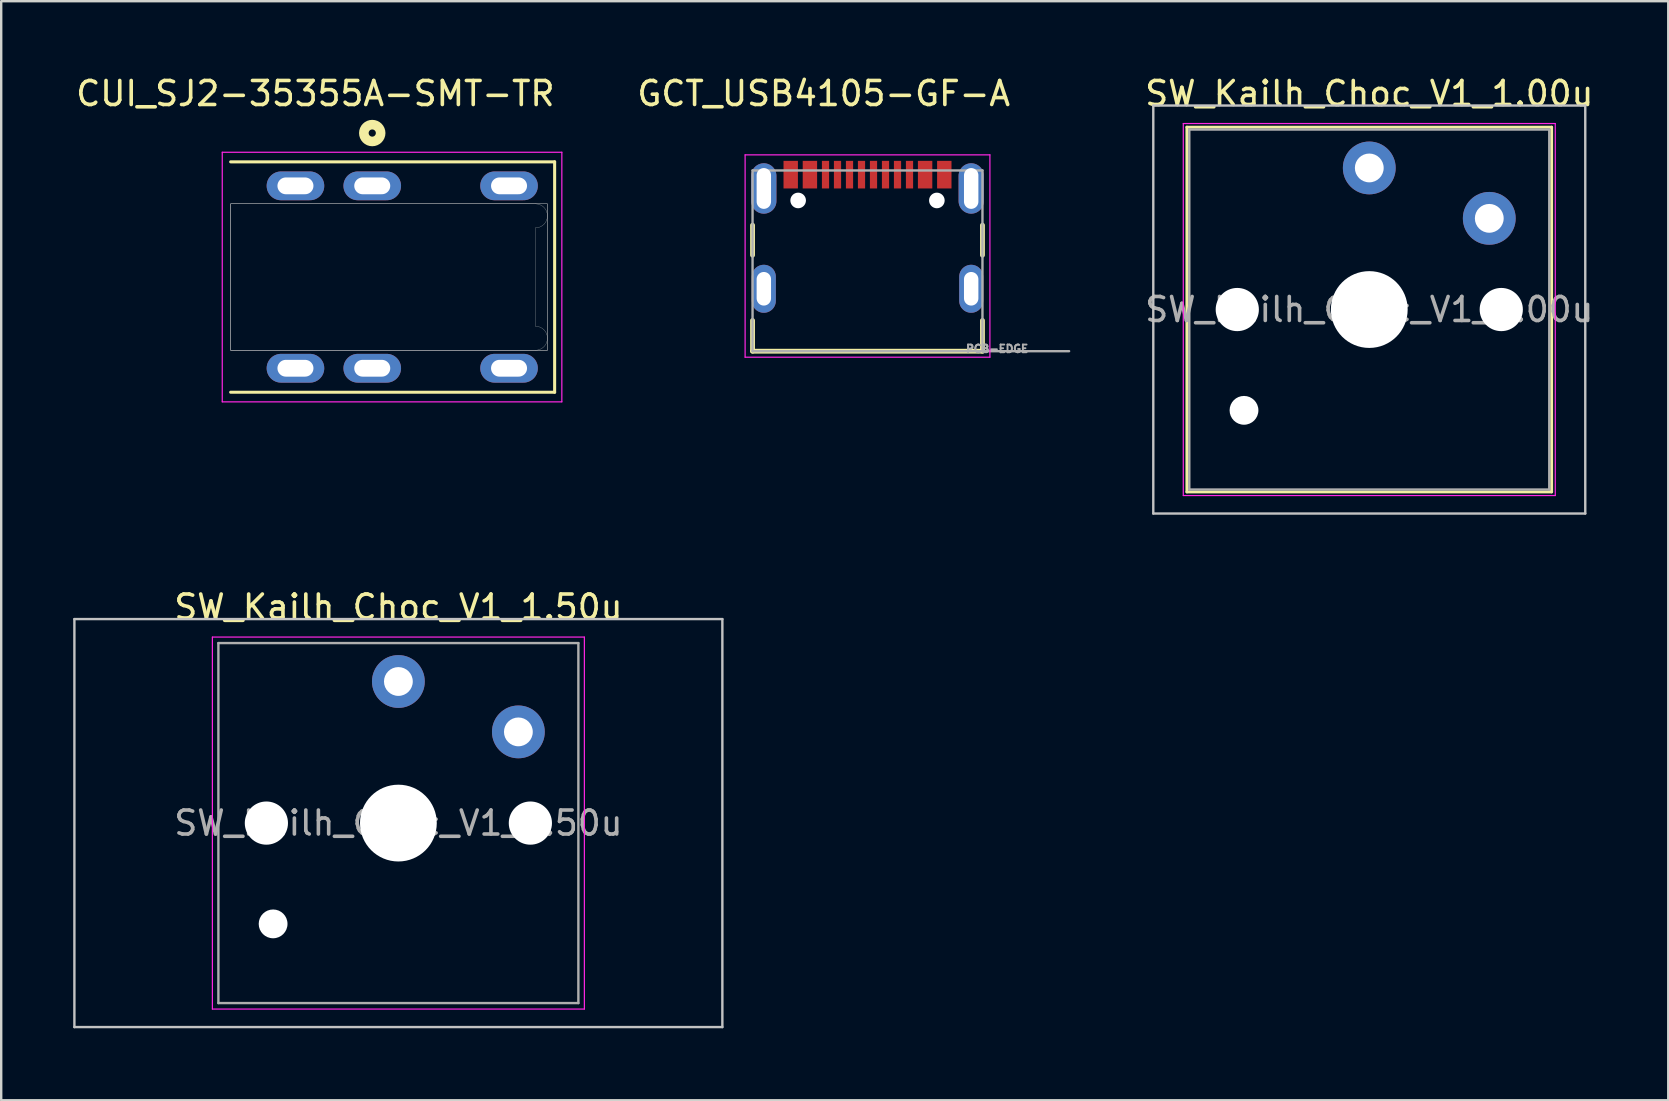
<source format=kicad_pcb>
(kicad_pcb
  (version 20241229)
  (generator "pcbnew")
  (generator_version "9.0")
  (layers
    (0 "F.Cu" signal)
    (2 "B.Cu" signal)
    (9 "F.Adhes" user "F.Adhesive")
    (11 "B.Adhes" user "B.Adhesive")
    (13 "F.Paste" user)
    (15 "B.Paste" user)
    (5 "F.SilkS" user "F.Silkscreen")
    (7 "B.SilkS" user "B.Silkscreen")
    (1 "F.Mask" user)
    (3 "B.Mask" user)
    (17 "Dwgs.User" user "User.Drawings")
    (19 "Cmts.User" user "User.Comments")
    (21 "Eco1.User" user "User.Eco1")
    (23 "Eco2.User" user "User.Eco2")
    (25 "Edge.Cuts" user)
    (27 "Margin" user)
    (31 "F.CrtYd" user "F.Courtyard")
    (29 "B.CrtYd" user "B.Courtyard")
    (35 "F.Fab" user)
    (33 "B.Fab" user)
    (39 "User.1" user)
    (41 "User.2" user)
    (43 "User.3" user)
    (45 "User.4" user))
  (footprint "GCT_USB4105-GF-A"
    (layer "F.Cu")
    (at 33.098 8.983)
    (property "Reference" "GCT_USB4105-GF-A" (at -1.825 -8.135 0) (layer "F.SilkS") (effects (font (size 1 1) (thickness 0.15))))
    (attr through_hole)
    (fp_line (start -4.79 -2.65) (end -4.79 -1.4) (stroke (width 0.2) (type solid)) (layer "F.SilkS"))
    (fp_line (start -4.79 1.32) (end -4.79 2.6) (stroke (width 0.2) (type solid)) (layer "F.SilkS"))
    (fp_line (start -4.79 2.6) (end 4.79 2.6) (stroke (width 0.2) (type solid)) (layer "F.SilkS"))
    (fp_line (start 4.79 -2.65) (end 4.79 -1.4) (stroke (width 0.2) (type solid)) (layer "F.SilkS"))
    (fp_line (start 4.79 2.6) (end 4.79 1.32) (stroke (width 0.2) (type solid)) (layer "F.SilkS"))
    (fp_line (start -5.1 -5.58) (end -5.1 2.85) (stroke (width 0.05) (type solid)) (layer "F.CrtYd"))
    (fp_line (start -5.1 2.85) (end 5.1 2.85) (stroke (width 0.05) (type solid)) (layer "F.CrtYd"))
    (fp_line (start 5.1 -5.58) (end -5.1 -5.58) (stroke (width 0.05) (type solid)) (layer "F.CrtYd"))
    (fp_line (start 5.1 2.85) (end 5.1 -5.58) (stroke (width 0.05) (type solid)) (layer "F.CrtYd"))
    (fp_line (start -4.79 -4.93) (end 4.79 -4.93) (stroke (width 0.1) (type solid)) (layer "F.Fab"))
    (fp_line (start -4.79 2.6) (end -4.79 -4.93) (stroke (width 0.1) (type solid)) (layer "F.Fab"))
    (fp_line (start 4.79 -4.93) (end 4.79 2.6) (stroke (width 0.1) (type solid)) (layer "F.Fab"))
    (fp_line (start 4.79 2.6) (end -4.79 2.6) (stroke (width 0.1) (type solid)) (layer "F.Fab"))
    (fp_line (start 4.8 2.6) (end 8.4 2.6) (stroke (width 0.1) (type solid)) (layer "F.Fab"))
    (fp_text user "PCB-EDGE" (at 5.4 2.5 0) (layer "F.Fab") (effects (font (size 0.32 0.32) (thickness 0.15))))
    (pad "" np_thru_hole circle (at -2.89 -3.68) (size 0.65 0.65) (drill 0.65) (layers "*.Cu" "*.Mask"))
    (pad "" np_thru_hole circle (at 2.89 -3.68) (size 0.65 0.65) (drill 0.65) (layers "*.Cu" "*.Mask"))
    (pad "A1_B12" smd rect (at -3.2 -4.755) (size 0.6 1.15) (layers "F.Cu" "F.Mask" "F.Paste"))
    (pad "A4_B9" smd rect (at -2.4 -4.755) (size 0.6 1.15) (layers "F.Cu" "F.Mask" "F.Paste"))
    (pad "A5" smd rect (at -1.25 -4.755) (size 0.3 1.15) (layers "F.Cu" "F.Mask" "F.Paste"))
    (pad "A6" smd rect (at -0.25 -4.755) (size 0.3 1.15) (layers "F.Cu" "F.Mask" "F.Paste"))
    (pad "A7" smd rect (at 0.25 -4.755) (size 0.3 1.15) (layers "F.Cu" "F.Mask" "F.Paste"))
    (pad "A8" smd rect (at 1.25 -4.755) (size 0.3 1.15) (layers "F.Cu" "F.Mask" "F.Paste"))
    (pad "B1_A12" smd rect (at 3.2 -4.755) (size 0.6 1.15) (layers "F.Cu" "F.Mask" "F.Paste"))
    (pad "B4_A9" smd rect (at 2.4 -4.755) (size 0.6 1.15) (layers "F.Cu" "F.Mask" "F.Paste"))
    (pad "B5" smd rect (at 1.75 -4.755) (size 0.3 1.15) (layers "F.Cu" "F.Mask" "F.Paste"))
    (pad "B6" smd rect (at 0.75 -4.755) (size 0.3 1.15) (layers "F.Cu" "F.Mask" "F.Paste"))
    (pad "B7" smd rect (at -0.75 -4.755) (size 0.3 1.15) (layers "F.Cu" "F.Mask" "F.Paste"))
    (pad "B8" smd rect (at -1.75 -4.755) (size 0.3 1.15) (layers "F.Cu" "F.Mask" "F.Paste"))
    (pad "S1" thru_hole oval (at -4.32 -4.18) (size 1.05 2.1) (drill oval 0.6 1.7) (layers "*.Cu" "*.Mask"))
    (pad "S2" thru_hole oval (at -4.32 0) (size 1 2) (drill oval 0.6 1.4) (layers "*.Cu" "*.Mask"))
    (pad "S3" thru_hole oval (at 4.32 0) (size 1 2) (drill oval 0.6 1.4) (layers "*.Cu" "*.Mask"))
    (pad "S4" thru_hole oval (at 4.32 -4.18) (size 1.05 2.1) (drill oval 0.6 1.7) (layers "*.Cu" "*.Mask")))
  (footprint "SW_Kailh_Choc_V1_1.50u"
    (layer "F.Cu")
    (at 13.55 31.247)
    (property "Reference" "SW_Kailh_Choc_V1_1.50u" (at 0 -9 0) (layer "F.SilkS") (effects (font (size 1 1) (thickness 0.15))))
    (attr through_hole)
    (fp_line (start -13.5 -8.5) (end -13.5 8.5) (stroke (width 0.1) (type solid)) (layer "Dwgs.User"))
    (fp_line (start -13.5 8.5) (end 13.5 8.5) (stroke (width 0.1) (type solid)) (layer "Dwgs.User"))
    (fp_line (start 13.5 -8.5) (end -13.5 -8.5) (stroke (width 0.1) (type solid)) (layer "Dwgs.User"))
    (fp_line (start 13.5 8.5) (end 13.5 -8.5) (stroke (width 0.1) (type solid)) (layer "Dwgs.User"))
    (fp_line (start -7.25 -7.25) (end -7.25 7.25) (stroke (width 0.1) (type solid)) (layer "Eco1.User"))
    (fp_line (start -7.25 7.25) (end 7.25 7.25) (stroke (width 0.1) (type solid)) (layer "Eco1.User"))
    (fp_line (start 7.25 -7.25) (end -7.25 -7.25) (stroke (width 0.1) (type solid)) (layer "Eco1.User"))
    (fp_line (start 7.25 7.25) (end 7.25 -7.25) (stroke (width 0.1) (type solid)) (layer "Eco1.User"))
    (fp_line (start -7.75 -7.75) (end -7.75 7.75) (stroke (width 0.05) (type solid)) (layer "F.CrtYd"))
    (fp_line (start -7.75 7.75) (end 7.75 7.75) (stroke (width 0.05) (type solid)) (layer "F.CrtYd"))
    (fp_line (start 7.75 -7.75) (end -7.75 -7.75) (stroke (width 0.05) (type solid)) (layer "F.CrtYd"))
    (fp_line (start 7.75 7.75) (end 7.75 -7.75) (stroke (width 0.05) (type solid)) (layer "F.CrtYd"))
    (fp_line (start -7.5 -7.5) (end -7.5 7.5) (stroke (width 0.1) (type solid)) (layer "F.Fab"))
    (fp_line (start -7.5 7.5) (end 7.5 7.5) (stroke (width 0.1) (type solid)) (layer "F.Fab"))
    (fp_line (start 7.5 -7.5) (end -7.5 -7.5) (stroke (width 0.1) (type solid)) (layer "F.Fab"))
    (fp_line (start 7.5 7.5) (end 7.5 -7.5) (stroke (width 0.1) (type solid)) (layer "F.Fab"))
    (fp_text user "${REFERENCE}" (at 0 0 0) (layer "F.Fab") (effects (font (size 1 1) (thickness 0.15))))
    (pad "" np_thru_hole circle (at -5.5 0) (size 1.8 1.8) (drill 1.8) (layers "*.Cu" "*.Mask"))
    (pad "" np_thru_hole circle (at -5.22 4.2) (size 1.2 1.2) (drill 1.2) (layers "*.Cu" "*.Mask"))
    (pad "" np_thru_hole circle (at 0 0) (size 3.2 3.2) (drill 3.2) (layers "*.Cu" "*.Mask"))
    (pad "" np_thru_hole circle (at 5.5 0) (size 1.8 1.8) (drill 1.8) (layers "*.Cu" "*.Mask"))
    (pad "1" thru_hole circle (at 0 -5.9) (size 2.2 2.2) (drill 1.2) (layers "*.Cu" "B.Mask"))
    (pad "2" thru_hole circle (at 5 -3.8) (size 2.2 2.2) (drill 1.2) (layers "*.Cu" "B.Mask")))
  (footprint "SW_Kailh_Choc_V1_1.00u"
    (layer "F.Cu")
    (at 54.006 9.848)
    (property "Reference" "SW_Kailh_Choc_V1_1.00u" (at 0 -9 0) (layer "F.SilkS") (effects (font (size 1 1) (thickness 0.15))))
    (attr through_hole)
    (fp_line (start -7.6 -7.6) (end -7.6 7.6) (stroke (width 0.12) (type solid)) (layer "F.SilkS"))
    (fp_line (start -7.6 7.6) (end 7.6 7.6) (stroke (width 0.12) (type solid)) (layer "F.SilkS"))
    (fp_line (start 7.6 -7.6) (end -7.6 -7.6) (stroke (width 0.12) (type solid)) (layer "F.SilkS"))
    (fp_line (start 7.6 7.6) (end 7.6 -7.6) (stroke (width 0.12) (type solid)) (layer "F.SilkS"))
    (fp_line (start -9 -8.5) (end -9 8.5) (stroke (width 0.1) (type solid)) (layer "Dwgs.User"))
    (fp_line (start -9 8.5) (end 9 8.5) (stroke (width 0.1) (type solid)) (layer "Dwgs.User"))
    (fp_line (start 9 -8.5) (end -9 -8.5) (stroke (width 0.1) (type solid)) (layer "Dwgs.User"))
    (fp_line (start 9 8.5) (end 9 -8.5) (stroke (width 0.1) (type solid)) (layer "Dwgs.User"))
    (fp_line (start -7.25 -7.25) (end -7.25 7.25) (stroke (width 0.1) (type solid)) (layer "Eco1.User"))
    (fp_line (start -7.25 7.25) (end 7.25 7.25) (stroke (width 0.1) (type solid)) (layer "Eco1.User"))
    (fp_line (start 7.25 -7.25) (end -7.25 -7.25) (stroke (width 0.1) (type solid)) (layer "Eco1.User"))
    (fp_line (start 7.25 7.25) (end 7.25 -7.25) (stroke (width 0.1) (type solid)) (layer "Eco1.User"))
    (fp_line (start -7.75 -7.75) (end -7.75 7.75) (stroke (width 0.05) (type solid)) (layer "F.CrtYd"))
    (fp_line (start -7.75 7.75) (end 7.75 7.75) (stroke (width 0.05) (type solid)) (layer "F.CrtYd"))
    (fp_line (start 7.75 -7.75) (end -7.75 -7.75) (stroke (width 0.05) (type solid)) (layer "F.CrtYd"))
    (fp_line (start 7.75 7.75) (end 7.75 -7.75) (stroke (width 0.05) (type solid)) (layer "F.CrtYd"))
    (fp_line (start -7.5 -7.5) (end -7.5 7.5) (stroke (width 0.1) (type solid)) (layer "F.Fab"))
    (fp_line (start -7.5 7.5) (end 7.5 7.5) (stroke (width 0.1) (type solid)) (layer "F.Fab"))
    (fp_line (start 7.5 -7.5) (end -7.5 -7.5) (stroke (width 0.1) (type solid)) (layer "F.Fab"))
    (fp_line (start 7.5 7.5) (end 7.5 -7.5) (stroke (width 0.1) (type solid)) (layer "F.Fab"))
    (fp_text user "${REFERENCE}" (at 0 0 0) (layer "F.Fab") (effects (font (size 1 1) (thickness 0.15))))
    (pad "" np_thru_hole circle (at -5.5 0) (size 1.8 1.8) (drill 1.8) (layers "*.Cu" "*.Mask"))
    (pad "" np_thru_hole circle (at -5.22 4.2) (size 1.2 1.2) (drill 1.2) (layers "*.Cu" "*.Mask"))
    (pad "" np_thru_hole circle (at 0 0) (size 3.2 3.2) (drill 3.2) (layers "*.Cu" "*.Mask"))
    (pad "" np_thru_hole circle (at 5.5 0) (size 1.8 1.8) (drill 1.8) (layers "*.Cu" "*.Mask"))
    (pad "1" thru_hole circle (at 0 -5.9) (size 2.2 2.2) (drill 1.2) (layers "*.Cu" "B.Mask"))
    (pad "2" thru_hole circle (at 5 -3.8) (size 2.2 2.2) (drill 1.2) (layers "*.Cu" "B.Mask")))
  (footprint "CUI_SJ2-35355A-SMT-TR"
    (layer "F.Cu")
    (at 6.561 8.494)
    (property "Reference" "CUI_SJ2-35355A-SMT-TR" (at 3.53 -7.645 0) (layer "F.SilkS") (effects (font (size 1.001 1.001) (thickness 0.15))))
    (attr through_hole)
    (fp_line (start 0 -4.8) (end 13.5 -4.8) (stroke (width 0.127) (type solid)) (layer "F.SilkS"))
    (fp_line (start 13.5 -4.8) (end 13.5 4.8) (stroke (width 0.127) (type solid)) (layer "F.SilkS"))
    (fp_line (start 13.5 4.8) (end 0 4.8) (stroke (width 0.127) (type solid)) (layer "F.SilkS"))
    (fp_circle (center 5.9 -6) (end 6.05 -6) (stroke (width 0.4) (type solid)) (fill no) (layer "F.SilkS"))
    (fp_poly (pts (xy 0 -3.05) (xy 13.2 -3.05) (xy 13.2 3.051) (xy 0 3.051)) (stroke (width 0.01) (type solid)) (fill no) (layer "Dwgs.User"))
    (fp_poly (pts (xy 0 -3.05) (xy 13.2 -3.05) (xy 13.2 3.054) (xy 0 3.054)) (stroke (width 0.01) (type solid)) (fill no) (layer "Dwgs.User"))
    (fp_poly (pts (xy 0 -3.05) (xy 13.2 -3.05) (xy 13.2 3.054) (xy 0 3.054)) (stroke (width 0.01) (type solid)) (fill no) (layer "Dwgs.User"))
    (fp_line (start 0 -3.05) (end 12.7 -3.05) (stroke (width 0.01) (type solid)) (layer "Edge.Cuts"))
    (fp_line (start 0 3.05) (end 0 -3.05) (stroke (width 0.01) (type solid)) (layer "Edge.Cuts"))
    (fp_line (start 12.7 -2.05) (end 12.7 2.05) (stroke (width 0.01) (type solid)) (layer "Edge.Cuts"))
    (fp_line (start 12.7 3.05) (end 0 3.05) (stroke (width 0.01) (type solid)) (layer "Edge.Cuts"))
    (fp_arc (start 12.7 -3.05) (mid 13.2 -2.55) (end 12.7 -2.05) (stroke (width 0.01) (type solid)) (layer "Edge.Cuts"))
    (fp_arc (start 12.7 2.05) (mid 13.2 2.55) (end 12.7 3.05) (stroke (width 0.01) (type solid)) (layer "Edge.Cuts"))
    (fp_line (start -0.35 -5.2) (end 13.8 -5.2) (stroke (width 0.05) (type solid)) (layer "F.CrtYd"))
    (fp_line (start -0.35 5.2) (end -0.35 -5.2) (stroke (width 0.05) (type solid)) (layer "F.CrtYd"))
    (fp_line (start 13.8 -5.2) (end 13.8 5.2) (stroke (width 0.05) (type solid)) (layer "F.CrtYd"))
    (fp_line (start 13.8 5.2) (end -0.35 5.2) (stroke (width 0.05) (type solid)) (layer "F.CrtYd"))
    (pad "1" thru_hole oval (at 5.9 -3.8) (size 2.4 1.2) (drill oval 1.5 0.7) (layers "*.Cu" "*.Mask"))
    (pad "2" thru_hole oval (at 11.6 -3.8) (size 2.4 1.2) (drill oval 1.5 0.7) (layers "*.Cu" "*.Mask"))
    (pad "3" thru_hole oval (at 5.9 3.8) (size 2.4 1.2) (drill oval 1.5 0.7) (layers "*.Cu" "*.Mask"))
    (pad "4" thru_hole oval (at 2.7 -3.8) (size 2.4 1.2) (drill oval 1.5 0.7) (layers "*.Cu" "*.Mask"))
    (pad "5" thru_hole oval (at 11.6 3.8) (size 2.4 1.2) (drill oval 1.5 0.7) (layers "*.Cu" "*.Mask"))
    (pad "6" thru_hole oval (at 2.7 3.8) (size 2.4 1.2) (drill oval 1.5 0.7) (layers "*.Cu" "*.Mask")))
  (gr_rect
    (start -3 -3)
    (end 66.464 42.797)
    (stroke (width 0.1) (type default))
    (fill no)
    (layer "Edge.Cuts")))
</source>
